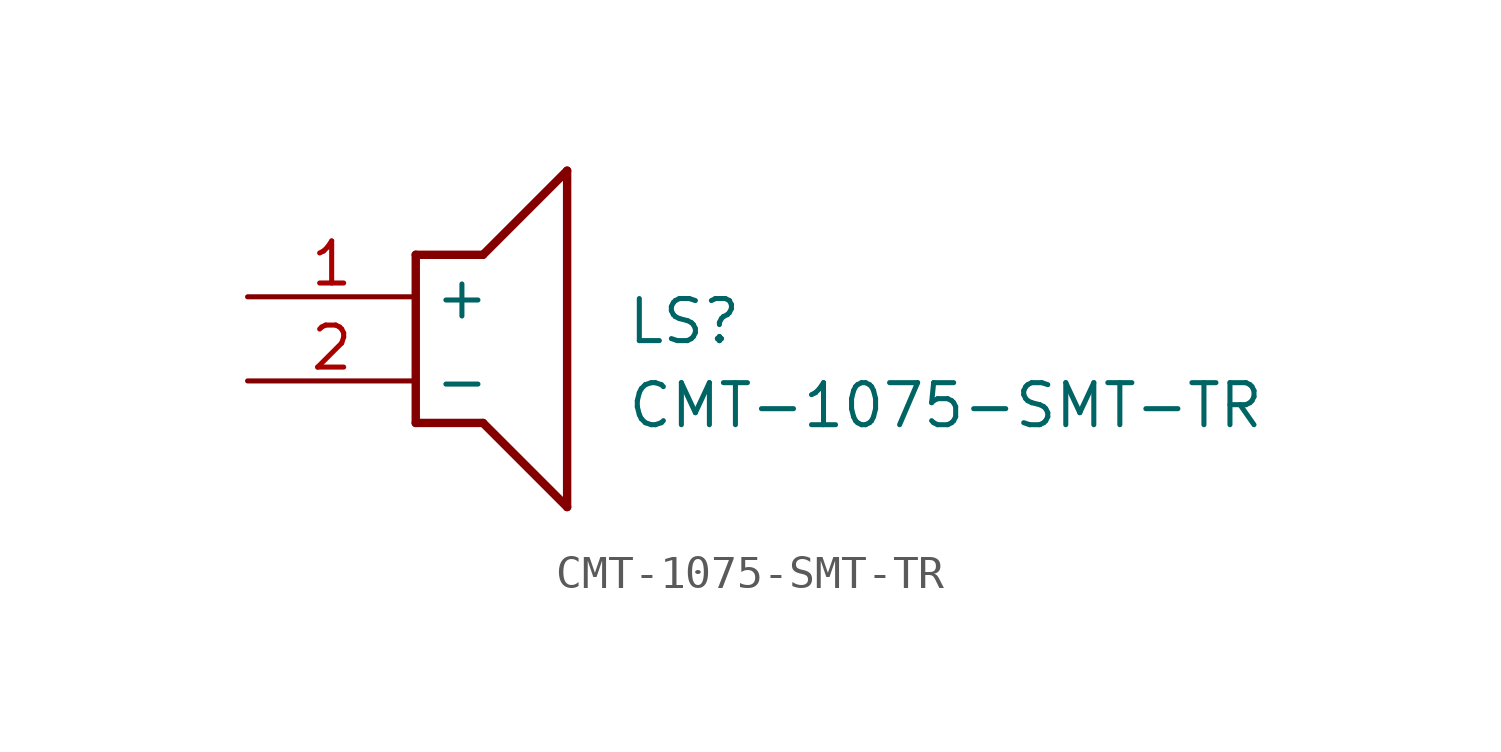
<source format=kicad_sym>
(kicad_symbol_lib
  (version 20211014)
  (generator SamacSys_ECAD_Model)
  (symbol "CMT-1075-SMT-TR"
    (property "Reference" "LS"
      (at 11.43 0 0)
      (effects (font (size 1.27 1.27)) (justify left top)))
    (property "Value" "CMT-1075-SMT-TR"
      (at 11.43 -2.54 0)
      (effects (font (size 1.27 1.27)) (justify left top)))
    (polyline
      (pts (xy 5.08 1.27) (xy 7.112 1.27))
      (stroke (width 0.254) (type default))
      (fill (type none)))
    (polyline
      (pts (xy 9.652 3.81) (xy 7.112 1.27))
      (stroke (width 0.254) (type default))
      (fill (type none)))
    (polyline
      (pts (xy 9.652 3.81) (xy 9.652 -6.35))
      (stroke (width 0.254) (type default))
      (fill (type none)))
    (polyline
      (pts (xy 7.112 -3.81) (xy 9.652 -6.35))
      (stroke (width 0.254) (type default))
      (fill (type none)))
    (polyline
      (pts (xy 7.112 -3.81) (xy 5.08 -3.81))
      (stroke (width 0.254) (type default))
      (fill (type none)))
    (polyline
      (pts (xy 5.08 1.27) (xy 5.08 -3.81))
      (stroke (width 0.254) (type default))
      (fill (type none)))
    (pin passive line
      (at 0 0 0)
      (length 5.08)
      (name "+" (effects (font (size 1.27 1.27))))
      (number "1" (effects (font (size 1.27 1.27)))))
    (pin passive line
      (at 0 -2.54 0)
      (length 5.08)
      (name "-" (effects (font (size 1.27 1.27))))
      (number "2" (effects (font (size 1.27 1.27)))))))
</source>
